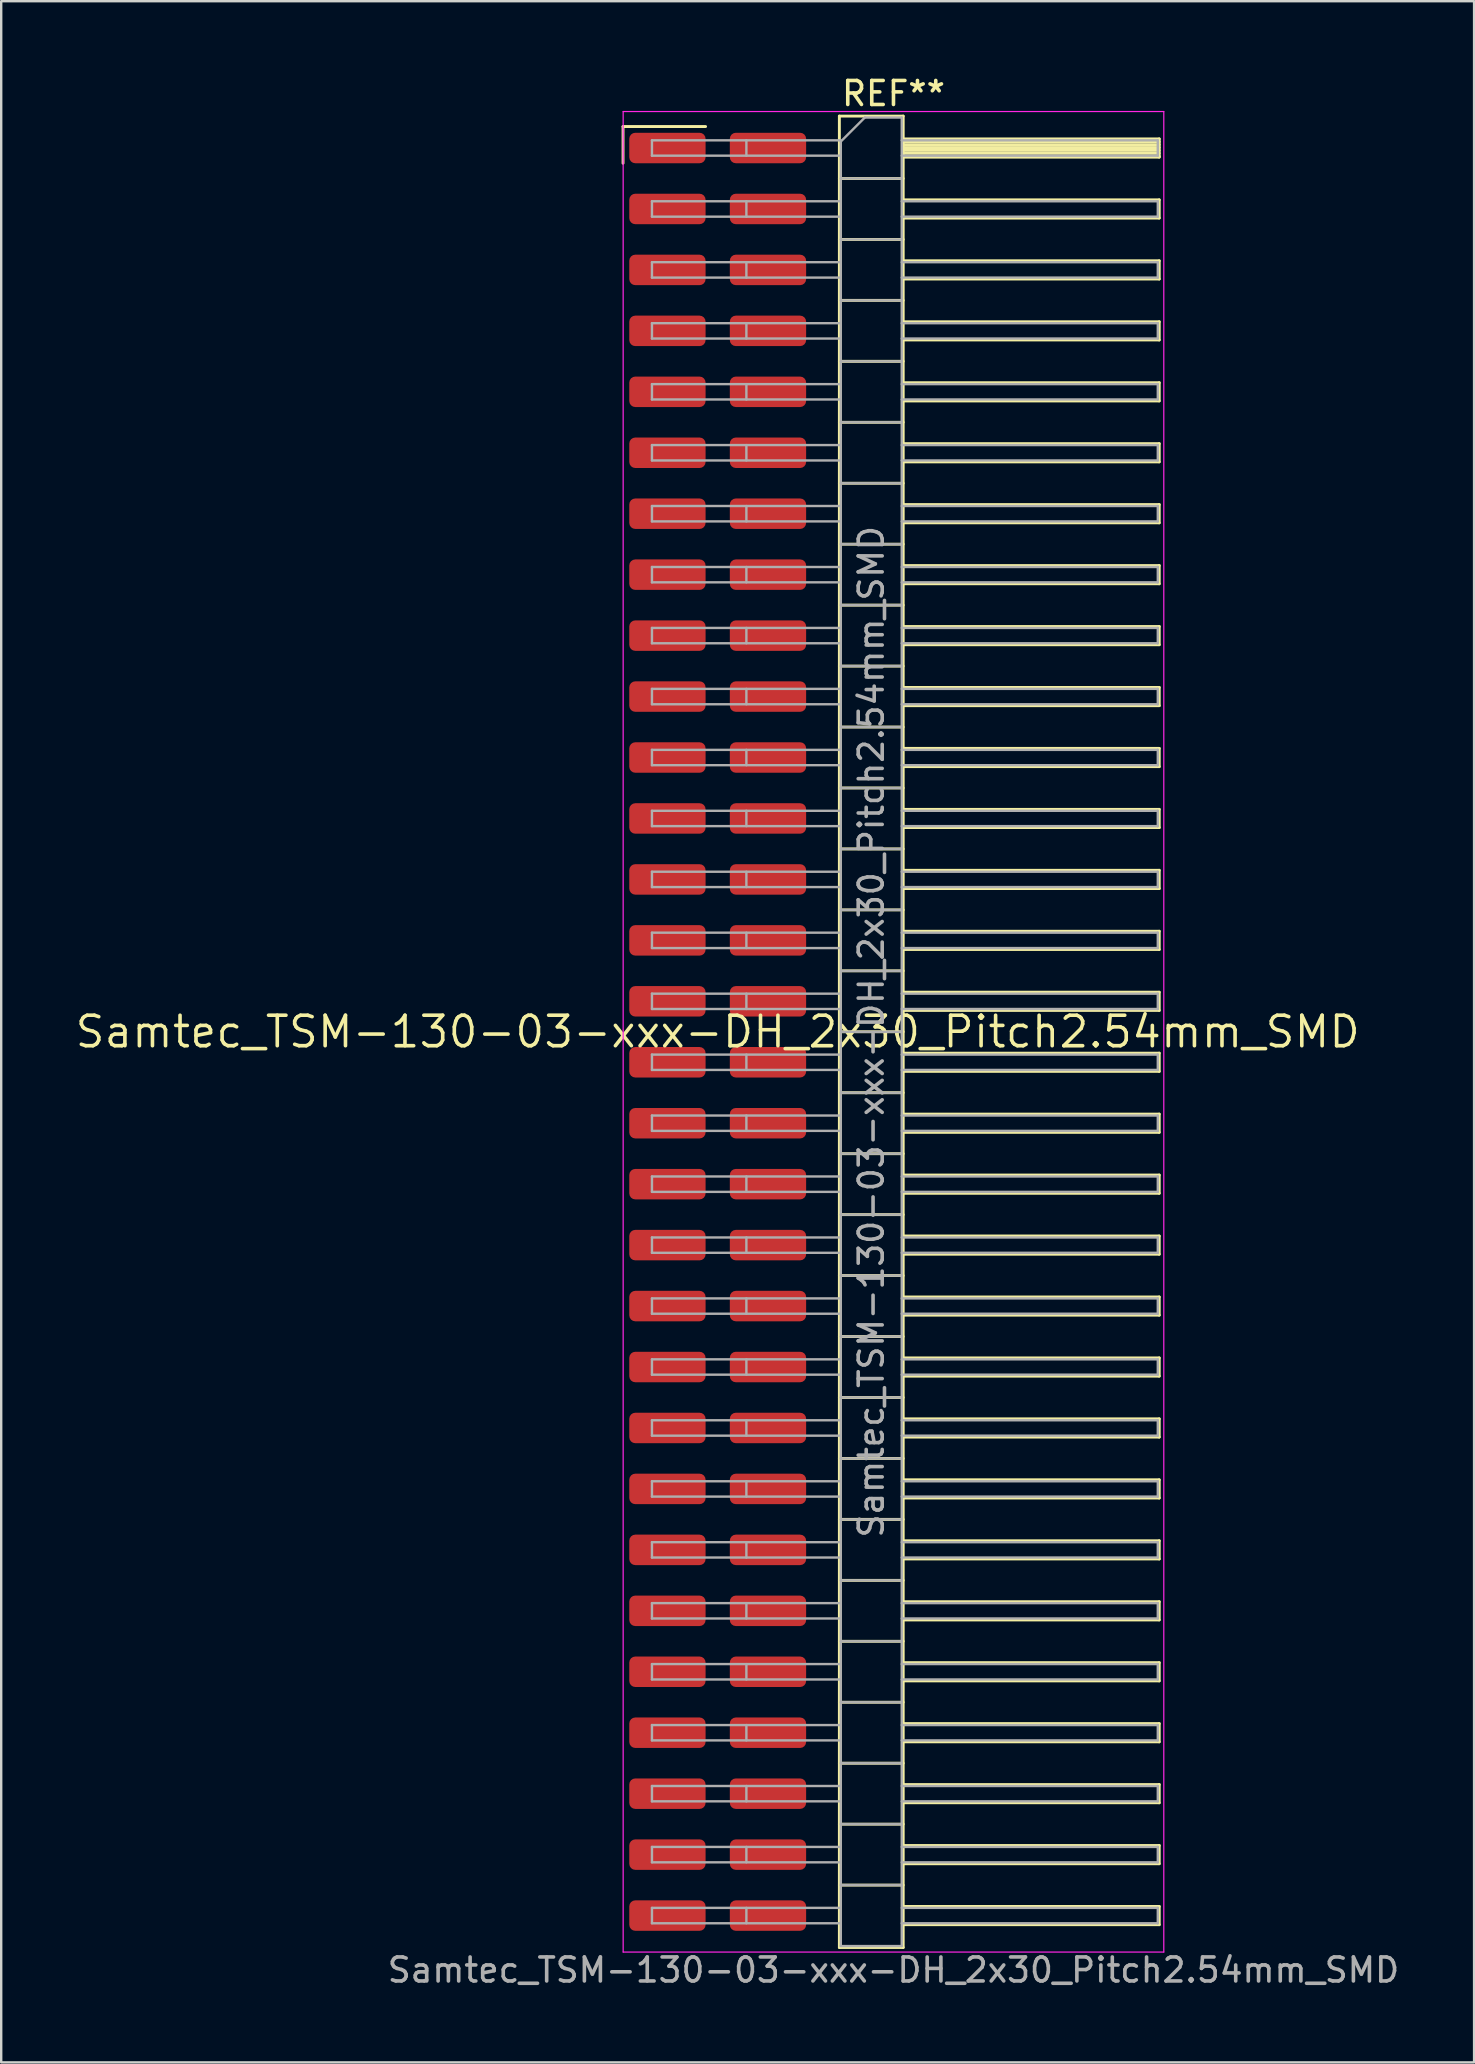
<source format=kicad_pcb>
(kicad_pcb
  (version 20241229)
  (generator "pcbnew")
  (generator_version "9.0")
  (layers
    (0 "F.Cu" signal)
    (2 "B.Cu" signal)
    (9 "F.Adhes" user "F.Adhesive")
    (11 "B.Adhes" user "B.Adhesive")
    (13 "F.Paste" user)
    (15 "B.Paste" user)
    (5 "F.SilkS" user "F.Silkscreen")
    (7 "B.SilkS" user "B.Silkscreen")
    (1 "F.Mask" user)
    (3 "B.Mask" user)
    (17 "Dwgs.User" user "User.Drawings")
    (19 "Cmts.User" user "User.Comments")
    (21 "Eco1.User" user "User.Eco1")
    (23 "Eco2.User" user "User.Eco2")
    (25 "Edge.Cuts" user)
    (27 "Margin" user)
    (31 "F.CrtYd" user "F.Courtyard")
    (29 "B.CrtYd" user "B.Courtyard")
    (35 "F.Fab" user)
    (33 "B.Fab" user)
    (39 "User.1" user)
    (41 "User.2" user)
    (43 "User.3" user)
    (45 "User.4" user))
  (footprint "Samtec_TSM-130-03-xxx-DH_2x30_Pitch2.54mm_SMD"
    (layer "F.Cu")
    (at 26.859 39.948)
    (property "Reference" "Samtec_TSM-130-03-xxx-DH_2x30_Pitch2.54mm_SMD" (at 0 0 0) (layer "F.SilkS") (effects (font (size 1.27 1.27) (thickness 0.15))))
    (attr smd)
    (fp_line (start -3.945 -37.725) (end -0.505 -37.725) (stroke (width 0.12) (type solid)) (layer "F.SilkS"))
    (fp_line (start -3.945 -36.195) (end -3.945 -37.725) (stroke (width 0.12) (type solid)) (layer "F.SilkS"))
    (fp_line (start 5.07 -38.16) (end 7.73 -38.16) (stroke (width 0.12) (type solid)) (layer "F.SilkS"))
    (fp_line (start 5.07 -35.56) (end 7.73 -35.56) (stroke (width 0.12) (type solid)) (layer "F.SilkS"))
    (fp_line (start 5.07 -33.02) (end 7.73 -33.02) (stroke (width 0.12) (type solid)) (layer "F.SilkS"))
    (fp_line (start 5.07 -30.48) (end 7.73 -30.48) (stroke (width 0.12) (type solid)) (layer "F.SilkS"))
    (fp_line (start 5.07 -27.94) (end 7.73 -27.94) (stroke (width 0.12) (type solid)) (layer "F.SilkS"))
    (fp_line (start 5.07 -25.4) (end 7.73 -25.4) (stroke (width 0.12) (type solid)) (layer "F.SilkS"))
    (fp_line (start 5.07 -22.86) (end 7.73 -22.86) (stroke (width 0.12) (type solid)) (layer "F.SilkS"))
    (fp_line (start 5.07 -20.32) (end 7.73 -20.32) (stroke (width 0.12) (type solid)) (layer "F.SilkS"))
    (fp_line (start 5.07 -17.78) (end 7.73 -17.78) (stroke (width 0.12) (type solid)) (layer "F.SilkS"))
    (fp_line (start 5.07 -15.24) (end 7.73 -15.24) (stroke (width 0.12) (type solid)) (layer "F.SilkS"))
    (fp_line (start 5.07 -12.7) (end 7.73 -12.7) (stroke (width 0.12) (type solid)) (layer "F.SilkS"))
    (fp_line (start 5.07 -10.16) (end 7.73 -10.16) (stroke (width 0.12) (type solid)) (layer "F.SilkS"))
    (fp_line (start 5.07 -7.62) (end 7.73 -7.62) (stroke (width 0.12) (type solid)) (layer "F.SilkS"))
    (fp_line (start 5.07 -5.08) (end 7.73 -5.08) (stroke (width 0.12) (type solid)) (layer "F.SilkS"))
    (fp_line (start 5.07 -2.54) (end 7.73 -2.54) (stroke (width 0.12) (type solid)) (layer "F.SilkS"))
    (fp_line (start 5.07 0) (end 7.73 0) (stroke (width 0.12) (type solid)) (layer "F.SilkS"))
    (fp_line (start 5.07 2.54) (end 7.73 2.54) (stroke (width 0.12) (type solid)) (layer "F.SilkS"))
    (fp_line (start 5.07 5.08) (end 7.73 5.08) (stroke (width 0.12) (type solid)) (layer "F.SilkS"))
    (fp_line (start 5.07 7.62) (end 7.73 7.62) (stroke (width 0.12) (type solid)) (layer "F.SilkS"))
    (fp_line (start 5.07 10.16) (end 7.73 10.16) (stroke (width 0.12) (type solid)) (layer "F.SilkS"))
    (fp_line (start 5.07 12.7) (end 7.73 12.7) (stroke (width 0.12) (type solid)) (layer "F.SilkS"))
    (fp_line (start 5.07 15.24) (end 7.73 15.24) (stroke (width 0.12) (type solid)) (layer "F.SilkS"))
    (fp_line (start 5.07 17.78) (end 7.73 17.78) (stroke (width 0.12) (type solid)) (layer "F.SilkS"))
    (fp_line (start 5.07 20.32) (end 7.73 20.32) (stroke (width 0.12) (type solid)) (layer "F.SilkS"))
    (fp_line (start 5.07 22.86) (end 7.73 22.86) (stroke (width 0.12) (type solid)) (layer "F.SilkS"))
    (fp_line (start 5.07 25.4) (end 7.73 25.4) (stroke (width 0.12) (type solid)) (layer "F.SilkS"))
    (fp_line (start 5.07 27.94) (end 7.73 27.94) (stroke (width 0.12) (type solid)) (layer "F.SilkS"))
    (fp_line (start 5.07 30.48) (end 7.73 30.48) (stroke (width 0.12) (type solid)) (layer "F.SilkS"))
    (fp_line (start 5.07 33.02) (end 7.73 33.02) (stroke (width 0.12) (type solid)) (layer "F.SilkS"))
    (fp_line (start 5.07 35.56) (end 7.73 35.56) (stroke (width 0.12) (type solid)) (layer "F.SilkS"))
    (fp_line (start 5.07 38.16) (end 5.07 -38.16) (stroke (width 0.12) (type solid)) (layer "F.SilkS"))
    (fp_line (start 7.73 -38.16) (end 7.73 38.16) (stroke (width 0.12) (type solid)) (layer "F.SilkS"))
    (fp_line (start 7.73 -37.21) (end 18.4 -37.21) (stroke (width 0.12) (type solid)) (layer "F.SilkS"))
    (fp_line (start 7.73 -37.09) (end 18.4 -37.09) (stroke (width 0.12) (type solid)) (layer "F.SilkS"))
    (fp_line (start 7.73 -36.97) (end 18.4 -36.97) (stroke (width 0.12) (type solid)) (layer "F.SilkS"))
    (fp_line (start 7.73 -36.85) (end 18.4 -36.85) (stroke (width 0.12) (type solid)) (layer "F.SilkS"))
    (fp_line (start 7.73 -36.73) (end 18.4 -36.73) (stroke (width 0.12) (type solid)) (layer "F.SilkS"))
    (fp_line (start 7.73 -36.61) (end 18.4 -36.61) (stroke (width 0.12) (type solid)) (layer "F.SilkS"))
    (fp_line (start 7.73 -36.49) (end 18.4 -36.49) (stroke (width 0.12) (type solid)) (layer "F.SilkS"))
    (fp_line (start 7.73 -36.45) (end 18.4 -36.45) (stroke (width 0.12) (type solid)) (layer "F.SilkS"))
    (fp_line (start 7.73 -34.67) (end 18.4 -34.67) (stroke (width 0.12) (type solid)) (layer "F.SilkS"))
    (fp_line (start 7.73 -33.91) (end 18.4 -33.91) (stroke (width 0.12) (type solid)) (layer "F.SilkS"))
    (fp_line (start 7.73 -32.13) (end 18.4 -32.13) (stroke (width 0.12) (type solid)) (layer "F.SilkS"))
    (fp_line (start 7.73 -31.37) (end 18.4 -31.37) (stroke (width 0.12) (type solid)) (layer "F.SilkS"))
    (fp_line (start 7.73 -29.59) (end 18.4 -29.59) (stroke (width 0.12) (type solid)) (layer "F.SilkS"))
    (fp_line (start 7.73 -28.83) (end 18.4 -28.83) (stroke (width 0.12) (type solid)) (layer "F.SilkS"))
    (fp_line (start 7.73 -27.05) (end 18.4 -27.05) (stroke (width 0.12) (type solid)) (layer "F.SilkS"))
    (fp_line (start 7.73 -26.29) (end 18.4 -26.29) (stroke (width 0.12) (type solid)) (layer "F.SilkS"))
    (fp_line (start 7.73 -24.51) (end 18.4 -24.51) (stroke (width 0.12) (type solid)) (layer "F.SilkS"))
    (fp_line (start 7.73 -23.75) (end 18.4 -23.75) (stroke (width 0.12) (type solid)) (layer "F.SilkS"))
    (fp_line (start 7.73 -21.97) (end 18.4 -21.97) (stroke (width 0.12) (type solid)) (layer "F.SilkS"))
    (fp_line (start 7.73 -21.21) (end 18.4 -21.21) (stroke (width 0.12) (type solid)) (layer "F.SilkS"))
    (fp_line (start 7.73 -19.43) (end 18.4 -19.43) (stroke (width 0.12) (type solid)) (layer "F.SilkS"))
    (fp_line (start 7.73 -18.67) (end 18.4 -18.67) (stroke (width 0.12) (type solid)) (layer "F.SilkS"))
    (fp_line (start 7.73 -16.89) (end 18.4 -16.89) (stroke (width 0.12) (type solid)) (layer "F.SilkS"))
    (fp_line (start 7.73 -16.13) (end 18.4 -16.13) (stroke (width 0.12) (type solid)) (layer "F.SilkS"))
    (fp_line (start 7.73 -14.35) (end 18.4 -14.35) (stroke (width 0.12) (type solid)) (layer "F.SilkS"))
    (fp_line (start 7.73 -13.59) (end 18.4 -13.59) (stroke (width 0.12) (type solid)) (layer "F.SilkS"))
    (fp_line (start 7.73 -11.81) (end 18.4 -11.81) (stroke (width 0.12) (type solid)) (layer "F.SilkS"))
    (fp_line (start 7.73 -11.05) (end 18.4 -11.05) (stroke (width 0.12) (type solid)) (layer "F.SilkS"))
    (fp_line (start 7.73 -9.27) (end 18.4 -9.27) (stroke (width 0.12) (type solid)) (layer "F.SilkS"))
    (fp_line (start 7.73 -8.51) (end 18.4 -8.51) (stroke (width 0.12) (type solid)) (layer "F.SilkS"))
    (fp_line (start 7.73 -6.73) (end 18.4 -6.73) (stroke (width 0.12) (type solid)) (layer "F.SilkS"))
    (fp_line (start 7.73 -5.97) (end 18.4 -5.97) (stroke (width 0.12) (type solid)) (layer "F.SilkS"))
    (fp_line (start 7.73 -4.19) (end 18.4 -4.19) (stroke (width 0.12) (type solid)) (layer "F.SilkS"))
    (fp_line (start 7.73 -3.43) (end 18.4 -3.43) (stroke (width 0.12) (type solid)) (layer "F.SilkS"))
    (fp_line (start 7.73 -1.65) (end 18.4 -1.65) (stroke (width 0.12) (type solid)) (layer "F.SilkS"))
    (fp_line (start 7.73 -0.89) (end 18.4 -0.89) (stroke (width 0.12) (type solid)) (layer "F.SilkS"))
    (fp_line (start 7.73 0.89) (end 18.4 0.89) (stroke (width 0.12) (type solid)) (layer "F.SilkS"))
    (fp_line (start 7.73 1.65) (end 18.4 1.65) (stroke (width 0.12) (type solid)) (layer "F.SilkS"))
    (fp_line (start 7.73 3.43) (end 18.4 3.43) (stroke (width 0.12) (type solid)) (layer "F.SilkS"))
    (fp_line (start 7.73 4.19) (end 18.4 4.19) (stroke (width 0.12) (type solid)) (layer "F.SilkS"))
    (fp_line (start 7.73 5.97) (end 18.4 5.97) (stroke (width 0.12) (type solid)) (layer "F.SilkS"))
    (fp_line (start 7.73 6.73) (end 18.4 6.73) (stroke (width 0.12) (type solid)) (layer "F.SilkS"))
    (fp_line (start 7.73 8.51) (end 18.4 8.51) (stroke (width 0.12) (type solid)) (layer "F.SilkS"))
    (fp_line (start 7.73 9.27) (end 18.4 9.27) (stroke (width 0.12) (type solid)) (layer "F.SilkS"))
    (fp_line (start 7.73 11.05) (end 18.4 11.05) (stroke (width 0.12) (type solid)) (layer "F.SilkS"))
    (fp_line (start 7.73 11.81) (end 18.4 11.81) (stroke (width 0.12) (type solid)) (layer "F.SilkS"))
    (fp_line (start 7.73 13.59) (end 18.4 13.59) (stroke (width 0.12) (type solid)) (layer "F.SilkS"))
    (fp_line (start 7.73 14.35) (end 18.4 14.35) (stroke (width 0.12) (type solid)) (layer "F.SilkS"))
    (fp_line (start 7.73 16.13) (end 18.4 16.13) (stroke (width 0.12) (type solid)) (layer "F.SilkS"))
    (fp_line (start 7.73 16.89) (end 18.4 16.89) (stroke (width 0.12) (type solid)) (layer "F.SilkS"))
    (fp_line (start 7.73 18.67) (end 18.4 18.67) (stroke (width 0.12) (type solid)) (layer "F.SilkS"))
    (fp_line (start 7.73 19.43) (end 18.4 19.43) (stroke (width 0.12) (type solid)) (layer "F.SilkS"))
    (fp_line (start 7.73 21.21) (end 18.4 21.21) (stroke (width 0.12) (type solid)) (layer "F.SilkS"))
    (fp_line (start 7.73 21.97) (end 18.4 21.97) (stroke (width 0.12) (type solid)) (layer "F.SilkS"))
    (fp_line (start 7.73 23.75) (end 18.4 23.75) (stroke (width 0.12) (type solid)) (layer "F.SilkS"))
    (fp_line (start 7.73 24.51) (end 18.4 24.51) (stroke (width 0.12) (type solid)) (layer "F.SilkS"))
    (fp_line (start 7.73 26.29) (end 18.4 26.29) (stroke (width 0.12) (type solid)) (layer "F.SilkS"))
    (fp_line (start 7.73 27.05) (end 18.4 27.05) (stroke (width 0.12) (type solid)) (layer "F.SilkS"))
    (fp_line (start 7.73 28.83) (end 18.4 28.83) (stroke (width 0.12) (type solid)) (layer "F.SilkS"))
    (fp_line (start 7.73 29.59) (end 18.4 29.59) (stroke (width 0.12) (type solid)) (layer "F.SilkS"))
    (fp_line (start 7.73 31.37) (end 18.4 31.37) (stroke (width 0.12) (type solid)) (layer "F.SilkS"))
    (fp_line (start 7.73 32.13) (end 18.4 32.13) (stroke (width 0.12) (type solid)) (layer "F.SilkS"))
    (fp_line (start 7.73 33.91) (end 18.4 33.91) (stroke (width 0.12) (type solid)) (layer "F.SilkS"))
    (fp_line (start 7.73 34.67) (end 18.4 34.67) (stroke (width 0.12) (type solid)) (layer "F.SilkS"))
    (fp_line (start 7.73 36.45) (end 18.4 36.45) (stroke (width 0.12) (type solid)) (layer "F.SilkS"))
    (fp_line (start 7.73 37.21) (end 18.4 37.21) (stroke (width 0.12) (type solid)) (layer "F.SilkS"))
    (fp_line (start 7.73 38.16) (end 5.07 38.16) (stroke (width 0.12) (type solid)) (layer "F.SilkS"))
    (fp_line (start 18.4 -37.21) (end 18.4 -36.45) (stroke (width 0.12) (type solid)) (layer "F.SilkS"))
    (fp_line (start 18.4 -34.67) (end 18.4 -33.91) (stroke (width 0.12) (type solid)) (layer "F.SilkS"))
    (fp_line (start 18.4 -32.13) (end 18.4 -31.37) (stroke (width 0.12) (type solid)) (layer "F.SilkS"))
    (fp_line (start 18.4 -29.59) (end 18.4 -28.83) (stroke (width 0.12) (type solid)) (layer "F.SilkS"))
    (fp_line (start 18.4 -27.05) (end 18.4 -26.29) (stroke (width 0.12) (type solid)) (layer "F.SilkS"))
    (fp_line (start 18.4 -24.51) (end 18.4 -23.75) (stroke (width 0.12) (type solid)) (layer "F.SilkS"))
    (fp_line (start 18.4 -21.97) (end 18.4 -21.21) (stroke (width 0.12) (type solid)) (layer "F.SilkS"))
    (fp_line (start 18.4 -19.43) (end 18.4 -18.67) (stroke (width 0.12) (type solid)) (layer "F.SilkS"))
    (fp_line (start 18.4 -16.89) (end 18.4 -16.13) (stroke (width 0.12) (type solid)) (layer "F.SilkS"))
    (fp_line (start 18.4 -14.35) (end 18.4 -13.59) (stroke (width 0.12) (type solid)) (layer "F.SilkS"))
    (fp_line (start 18.4 -11.81) (end 18.4 -11.05) (stroke (width 0.12) (type solid)) (layer "F.SilkS"))
    (fp_line (start 18.4 -9.27) (end 18.4 -8.51) (stroke (width 0.12) (type solid)) (layer "F.SilkS"))
    (fp_line (start 18.4 -6.73) (end 18.4 -5.97) (stroke (width 0.12) (type solid)) (layer "F.SilkS"))
    (fp_line (start 18.4 -4.19) (end 18.4 -3.43) (stroke (width 0.12) (type solid)) (layer "F.SilkS"))
    (fp_line (start 18.4 -1.65) (end 18.4 -0.89) (stroke (width 0.12) (type solid)) (layer "F.SilkS"))
    (fp_line (start 18.4 0.89) (end 18.4 1.65) (stroke (width 0.12) (type solid)) (layer "F.SilkS"))
    (fp_line (start 18.4 3.43) (end 18.4 4.19) (stroke (width 0.12) (type solid)) (layer "F.SilkS"))
    (fp_line (start 18.4 5.97) (end 18.4 6.73) (stroke (width 0.12) (type solid)) (layer "F.SilkS"))
    (fp_line (start 18.4 8.51) (end 18.4 9.27) (stroke (width 0.12) (type solid)) (layer "F.SilkS"))
    (fp_line (start 18.4 11.05) (end 18.4 11.81) (stroke (width 0.12) (type solid)) (layer "F.SilkS"))
    (fp_line (start 18.4 13.59) (end 18.4 14.35) (stroke (width 0.12) (type solid)) (layer "F.SilkS"))
    (fp_line (start 18.4 16.13) (end 18.4 16.89) (stroke (width 0.12) (type solid)) (layer "F.SilkS"))
    (fp_line (start 18.4 18.67) (end 18.4 19.43) (stroke (width 0.12) (type solid)) (layer "F.SilkS"))
    (fp_line (start 18.4 21.21) (end 18.4 21.97) (stroke (width 0.12) (type solid)) (layer "F.SilkS"))
    (fp_line (start 18.4 23.75) (end 18.4 24.51) (stroke (width 0.12) (type solid)) (layer "F.SilkS"))
    (fp_line (start 18.4 26.29) (end 18.4 27.05) (stroke (width 0.12) (type solid)) (layer "F.SilkS"))
    (fp_line (start 18.4 28.83) (end 18.4 29.59) (stroke (width 0.12) (type solid)) (layer "F.SilkS"))
    (fp_line (start 18.4 31.37) (end 18.4 32.13) (stroke (width 0.12) (type solid)) (layer "F.SilkS"))
    (fp_line (start 18.4 33.91) (end 18.4 34.67) (stroke (width 0.12) (type solid)) (layer "F.SilkS"))
    (fp_line (start 18.4 36.45) (end 18.4 37.21) (stroke (width 0.12) (type solid)) (layer "F.SilkS"))
    (fp_line (start -3.94 -38.35) (end 18.59 -38.35) (stroke (width 0.05) (type solid)) (layer "F.CrtYd"))
    (fp_line (start -3.94 38.35) (end -3.94 -38.35) (stroke (width 0.05) (type solid)) (layer "F.CrtYd"))
    (fp_line (start 18.59 -38.35) (end 18.59 38.35) (stroke (width 0.05) (type solid)) (layer "F.CrtYd"))
    (fp_line (start 18.59 38.35) (end -3.94 38.35) (stroke (width 0.05) (type solid)) (layer "F.CrtYd"))
    (fp_line (start -2.74 -37.15) (end -2.74 -36.51) (stroke (width 0.1) (type solid)) (layer "F.Fab"))
    (fp_line (start -2.74 -37.15) (end 5.13 -37.15) (stroke (width 0.1) (type solid)) (layer "F.Fab"))
    (fp_line (start -2.74 -36.51) (end 5.13 -36.51) (stroke (width 0.1) (type solid)) (layer "F.Fab"))
    (fp_line (start -2.74 -34.61) (end -2.74 -33.97) (stroke (width 0.1) (type solid)) (layer "F.Fab"))
    (fp_line (start -2.74 -34.61) (end 5.13 -34.61) (stroke (width 0.1) (type solid)) (layer "F.Fab"))
    (fp_line (start -2.74 -33.97) (end 5.13 -33.97) (stroke (width 0.1) (type solid)) (layer "F.Fab"))
    (fp_line (start -2.74 -32.07) (end -2.74 -31.43) (stroke (width 0.1) (type solid)) (layer "F.Fab"))
    (fp_line (start -2.74 -32.07) (end 5.13 -32.07) (stroke (width 0.1) (type solid)) (layer "F.Fab"))
    (fp_line (start -2.74 -31.43) (end 5.13 -31.43) (stroke (width 0.1) (type solid)) (layer "F.Fab"))
    (fp_line (start -2.74 -29.53) (end -2.74 -28.89) (stroke (width 0.1) (type solid)) (layer "F.Fab"))
    (fp_line (start -2.74 -29.53) (end 5.13 -29.53) (stroke (width 0.1) (type solid)) (layer "F.Fab"))
    (fp_line (start -2.74 -28.89) (end 5.13 -28.89) (stroke (width 0.1) (type solid)) (layer "F.Fab"))
    (fp_line (start -2.74 -26.99) (end -2.74 -26.35) (stroke (width 0.1) (type solid)) (layer "F.Fab"))
    (fp_line (start -2.74 -26.99) (end 5.13 -26.99) (stroke (width 0.1) (type solid)) (layer "F.Fab"))
    (fp_line (start -2.74 -26.35) (end 5.13 -26.35) (stroke (width 0.1) (type solid)) (layer "F.Fab"))
    (fp_line (start -2.74 -24.45) (end -2.74 -23.81) (stroke (width 0.1) (type solid)) (layer "F.Fab"))
    (fp_line (start -2.74 -24.45) (end 5.13 -24.45) (stroke (width 0.1) (type solid)) (layer "F.Fab"))
    (fp_line (start -2.74 -23.81) (end 5.13 -23.81) (stroke (width 0.1) (type solid)) (layer "F.Fab"))
    (fp_line (start -2.74 -21.91) (end -2.74 -21.27) (stroke (width 0.1) (type solid)) (layer "F.Fab"))
    (fp_line (start -2.74 -21.91) (end 5.13 -21.91) (stroke (width 0.1) (type solid)) (layer "F.Fab"))
    (fp_line (start -2.74 -21.27) (end 5.13 -21.27) (stroke (width 0.1) (type solid)) (layer "F.Fab"))
    (fp_line (start -2.74 -19.37) (end -2.74 -18.73) (stroke (width 0.1) (type solid)) (layer "F.Fab"))
    (fp_line (start -2.74 -19.37) (end 5.13 -19.37) (stroke (width 0.1) (type solid)) (layer "F.Fab"))
    (fp_line (start -2.74 -18.73) (end 5.13 -18.73) (stroke (width 0.1) (type solid)) (layer "F.Fab"))
    (fp_line (start -2.74 -16.83) (end -2.74 -16.19) (stroke (width 0.1) (type solid)) (layer "F.Fab"))
    (fp_line (start -2.74 -16.83) (end 5.13 -16.83) (stroke (width 0.1) (type solid)) (layer "F.Fab"))
    (fp_line (start -2.74 -16.19) (end 5.13 -16.19) (stroke (width 0.1) (type solid)) (layer "F.Fab"))
    (fp_line (start -2.74 -14.29) (end -2.74 -13.65) (stroke (width 0.1) (type solid)) (layer "F.Fab"))
    (fp_line (start -2.74 -14.29) (end 5.13 -14.29) (stroke (width 0.1) (type solid)) (layer "F.Fab"))
    (fp_line (start -2.74 -13.65) (end 5.13 -13.65) (stroke (width 0.1) (type solid)) (layer "F.Fab"))
    (fp_line (start -2.74 -11.75) (end -2.74 -11.11) (stroke (width 0.1) (type solid)) (layer "F.Fab"))
    (fp_line (start -2.74 -11.75) (end 5.13 -11.75) (stroke (width 0.1) (type solid)) (layer "F.Fab"))
    (fp_line (start -2.74 -11.11) (end 5.13 -11.11) (stroke (width 0.1) (type solid)) (layer "F.Fab"))
    (fp_line (start -2.74 -9.21) (end -2.74 -8.57) (stroke (width 0.1) (type solid)) (layer "F.Fab"))
    (fp_line (start -2.74 -9.21) (end 5.13 -9.21) (stroke (width 0.1) (type solid)) (layer "F.Fab"))
    (fp_line (start -2.74 -8.57) (end 5.13 -8.57) (stroke (width 0.1) (type solid)) (layer "F.Fab"))
    (fp_line (start -2.74 -6.67) (end -2.74 -6.03) (stroke (width 0.1) (type solid)) (layer "F.Fab"))
    (fp_line (start -2.74 -6.67) (end 5.13 -6.67) (stroke (width 0.1) (type solid)) (layer "F.Fab"))
    (fp_line (start -2.74 -6.03) (end 5.13 -6.03) (stroke (width 0.1) (type solid)) (layer "F.Fab"))
    (fp_line (start -2.74 -4.13) (end -2.74 -3.49) (stroke (width 0.1) (type solid)) (layer "F.Fab"))
    (fp_line (start -2.74 -4.13) (end 5.13 -4.13) (stroke (width 0.1) (type solid)) (layer "F.Fab"))
    (fp_line (start -2.74 -3.49) (end 5.13 -3.49) (stroke (width 0.1) (type solid)) (layer "F.Fab"))
    (fp_line (start -2.74 -1.59) (end -2.74 -0.95) (stroke (width 0.1) (type solid)) (layer "F.Fab"))
    (fp_line (start -2.74 -1.59) (end 5.13 -1.59) (stroke (width 0.1) (type solid)) (layer "F.Fab"))
    (fp_line (start -2.74 -0.95) (end 5.13 -0.95) (stroke (width 0.1) (type solid)) (layer "F.Fab"))
    (fp_line (start -2.74 0.95) (end -2.74 1.59) (stroke (width 0.1) (type solid)) (layer "F.Fab"))
    (fp_line (start -2.74 0.95) (end 5.13 0.95) (stroke (width 0.1) (type solid)) (layer "F.Fab"))
    (fp_line (start -2.74 1.59) (end 5.13 1.59) (stroke (width 0.1) (type solid)) (layer "F.Fab"))
    (fp_line (start -2.74 3.49) (end -2.74 4.13) (stroke (width 0.1) (type solid)) (layer "F.Fab"))
    (fp_line (start -2.74 3.49) (end 5.13 3.49) (stroke (width 0.1) (type solid)) (layer "F.Fab"))
    (fp_line (start -2.74 4.13) (end 5.13 4.13) (stroke (width 0.1) (type solid)) (layer "F.Fab"))
    (fp_line (start -2.74 6.03) (end -2.74 6.67) (stroke (width 0.1) (type solid)) (layer "F.Fab"))
    (fp_line (start -2.74 6.03) (end 5.13 6.03) (stroke (width 0.1) (type solid)) (layer "F.Fab"))
    (fp_line (start -2.74 6.67) (end 5.13 6.67) (stroke (width 0.1) (type solid)) (layer "F.Fab"))
    (fp_line (start -2.74 8.57) (end -2.74 9.21) (stroke (width 0.1) (type solid)) (layer "F.Fab"))
    (fp_line (start -2.74 8.57) (end 5.13 8.57) (stroke (width 0.1) (type solid)) (layer "F.Fab"))
    (fp_line (start -2.74 9.21) (end 5.13 9.21) (stroke (width 0.1) (type solid)) (layer "F.Fab"))
    (fp_line (start -2.74 11.11) (end -2.74 11.75) (stroke (width 0.1) (type solid)) (layer "F.Fab"))
    (fp_line (start -2.74 11.11) (end 5.13 11.11) (stroke (width 0.1) (type solid)) (layer "F.Fab"))
    (fp_line (start -2.74 11.75) (end 5.13 11.75) (stroke (width 0.1) (type solid)) (layer "F.Fab"))
    (fp_line (start -2.74 13.65) (end -2.74 14.29) (stroke (width 0.1) (type solid)) (layer "F.Fab"))
    (fp_line (start -2.74 13.65) (end 5.13 13.65) (stroke (width 0.1) (type solid)) (layer "F.Fab"))
    (fp_line (start -2.74 14.29) (end 5.13 14.29) (stroke (width 0.1) (type solid)) (layer "F.Fab"))
    (fp_line (start -2.74 16.19) (end -2.74 16.83) (stroke (width 0.1) (type solid)) (layer "F.Fab"))
    (fp_line (start -2.74 16.19) (end 5.13 16.19) (stroke (width 0.1) (type solid)) (layer "F.Fab"))
    (fp_line (start -2.74 16.83) (end 5.13 16.83) (stroke (width 0.1) (type solid)) (layer "F.Fab"))
    (fp_line (start -2.74 18.73) (end -2.74 19.37) (stroke (width 0.1) (type solid)) (layer "F.Fab"))
    (fp_line (start -2.74 18.73) (end 5.13 18.73) (stroke (width 0.1) (type solid)) (layer "F.Fab"))
    (fp_line (start -2.74 19.37) (end 5.13 19.37) (stroke (width 0.1) (type solid)) (layer "F.Fab"))
    (fp_line (start -2.74 21.27) (end -2.74 21.91) (stroke (width 0.1) (type solid)) (layer "F.Fab"))
    (fp_line (start -2.74 21.27) (end 5.13 21.27) (stroke (width 0.1) (type solid)) (layer "F.Fab"))
    (fp_line (start -2.74 21.91) (end 5.13 21.91) (stroke (width 0.1) (type solid)) (layer "F.Fab"))
    (fp_line (start -2.74 23.81) (end -2.74 24.45) (stroke (width 0.1) (type solid)) (layer "F.Fab"))
    (fp_line (start -2.74 23.81) (end 5.13 23.81) (stroke (width 0.1) (type solid)) (layer "F.Fab"))
    (fp_line (start -2.74 24.45) (end 5.13 24.45) (stroke (width 0.1) (type solid)) (layer "F.Fab"))
    (fp_line (start -2.74 26.35) (end -2.74 26.99) (stroke (width 0.1) (type solid)) (layer "F.Fab"))
    (fp_line (start -2.74 26.35) (end 5.13 26.35) (stroke (width 0.1) (type solid)) (layer "F.Fab"))
    (fp_line (start -2.74 26.99) (end 5.13 26.99) (stroke (width 0.1) (type solid)) (layer "F.Fab"))
    (fp_line (start -2.74 28.89) (end -2.74 29.53) (stroke (width 0.1) (type solid)) (layer "F.Fab"))
    (fp_line (start -2.74 28.89) (end 5.13 28.89) (stroke (width 0.1) (type solid)) (layer "F.Fab"))
    (fp_line (start -2.74 29.53) (end 5.13 29.53) (stroke (width 0.1) (type solid)) (layer "F.Fab"))
    (fp_line (start -2.74 31.43) (end -2.74 32.07) (stroke (width 0.1) (type solid)) (layer "F.Fab"))
    (fp_line (start -2.74 31.43) (end 5.13 31.43) (stroke (width 0.1) (type solid)) (layer "F.Fab"))
    (fp_line (start -2.74 32.07) (end 5.13 32.07) (stroke (width 0.1) (type solid)) (layer "F.Fab"))
    (fp_line (start -2.74 33.97) (end -2.74 34.61) (stroke (width 0.1) (type solid)) (layer "F.Fab"))
    (fp_line (start -2.74 33.97) (end 5.13 33.97) (stroke (width 0.1) (type solid)) (layer "F.Fab"))
    (fp_line (start -2.74 34.61) (end 5.13 34.61) (stroke (width 0.1) (type solid)) (layer "F.Fab"))
    (fp_line (start -2.74 36.51) (end -2.74 37.15) (stroke (width 0.1) (type solid)) (layer "F.Fab"))
    (fp_line (start -2.74 36.51) (end 5.13 36.51) (stroke (width 0.1) (type solid)) (layer "F.Fab"))
    (fp_line (start -2.74 37.15) (end 5.13 37.15) (stroke (width 0.1) (type solid)) (layer "F.Fab"))
    (fp_line (start 1.195 -37.15) (end 1.195 -36.51) (stroke (width 0.1) (type solid)) (layer "F.Fab"))
    (fp_line (start 1.195 -34.61) (end 1.195 -33.97) (stroke (width 0.1) (type solid)) (layer "F.Fab"))
    (fp_line (start 1.195 -32.07) (end 1.195 -31.43) (stroke (width 0.1) (type solid)) (layer "F.Fab"))
    (fp_line (start 1.195 -29.53) (end 1.195 -28.89) (stroke (width 0.1) (type solid)) (layer "F.Fab"))
    (fp_line (start 1.195 -26.99) (end 1.195 -26.35) (stroke (width 0.1) (type solid)) (layer "F.Fab"))
    (fp_line (start 1.195 -24.45) (end 1.195 -23.81) (stroke (width 0.1) (type solid)) (layer "F.Fab"))
    (fp_line (start 1.195 -21.91) (end 1.195 -21.27) (stroke (width 0.1) (type solid)) (layer "F.Fab"))
    (fp_line (start 1.195 -19.37) (end 1.195 -18.73) (stroke (width 0.1) (type solid)) (layer "F.Fab"))
    (fp_line (start 1.195 -16.83) (end 1.195 -16.19) (stroke (width 0.1) (type solid)) (layer "F.Fab"))
    (fp_line (start 1.195 -14.29) (end 1.195 -13.65) (stroke (width 0.1) (type solid)) (layer "F.Fab"))
    (fp_line (start 1.195 -11.75) (end 1.195 -11.11) (stroke (width 0.1) (type solid)) (layer "F.Fab"))
    (fp_line (start 1.195 -9.21) (end 1.195 -8.57) (stroke (width 0.1) (type solid)) (layer "F.Fab"))
    (fp_line (start 1.195 -6.67) (end 1.195 -6.03) (stroke (width 0.1) (type solid)) (layer "F.Fab"))
    (fp_line (start 1.195 -4.13) (end 1.195 -3.49) (stroke (width 0.1) (type solid)) (layer "F.Fab"))
    (fp_line (start 1.195 -1.59) (end 1.195 -0.95) (stroke (width 0.1) (type solid)) (layer "F.Fab"))
    (fp_line (start 1.195 0.95) (end 1.195 1.59) (stroke (width 0.1) (type solid)) (layer "F.Fab"))
    (fp_line (start 1.195 3.49) (end 1.195 4.13) (stroke (width 0.1) (type solid)) (layer "F.Fab"))
    (fp_line (start 1.195 6.03) (end 1.195 6.67) (stroke (width 0.1) (type solid)) (layer "F.Fab"))
    (fp_line (start 1.195 8.57) (end 1.195 9.21) (stroke (width 0.1) (type solid)) (layer "F.Fab"))
    (fp_line (start 1.195 11.11) (end 1.195 11.75) (stroke (width 0.1) (type solid)) (layer "F.Fab"))
    (fp_line (start 1.195 13.65) (end 1.195 14.29) (stroke (width 0.1) (type solid)) (layer "F.Fab"))
    (fp_line (start 1.195 16.19) (end 1.195 16.83) (stroke (width 0.1) (type solid)) (layer "F.Fab"))
    (fp_line (start 1.195 18.73) (end 1.195 19.37) (stroke (width 0.1) (type solid)) (layer "F.Fab"))
    (fp_line (start 1.195 21.27) (end 1.195 21.91) (stroke (width 0.1) (type solid)) (layer "F.Fab"))
    (fp_line (start 1.195 23.81) (end 1.195 24.45) (stroke (width 0.1) (type solid)) (layer "F.Fab"))
    (fp_line (start 1.195 26.35) (end 1.195 26.99) (stroke (width 0.1) (type solid)) (layer "F.Fab"))
    (fp_line (start 1.195 28.89) (end 1.195 29.53) (stroke (width 0.1) (type solid)) (layer "F.Fab"))
    (fp_line (start 1.195 31.43) (end 1.195 32.07) (stroke (width 0.1) (type solid)) (layer "F.Fab"))
    (fp_line (start 1.195 33.97) (end 1.195 34.61) (stroke (width 0.1) (type solid)) (layer "F.Fab"))
    (fp_line (start 1.195 36.51) (end 1.195 37.15) (stroke (width 0.1) (type solid)) (layer "F.Fab"))
    (fp_line (start 5.13 -37.1) (end 6.13 -38.1) (stroke (width 0.1) (type solid)) (layer "F.Fab"))
    (fp_line (start 5.13 -35.56) (end 7.67 -35.56) (stroke (width 0.1) (type solid)) (layer "F.Fab"))
    (fp_line (start 5.13 -33.02) (end 7.67 -33.02) (stroke (width 0.1) (type solid)) (layer "F.Fab"))
    (fp_line (start 5.13 -30.48) (end 7.67 -30.48) (stroke (width 0.1) (type solid)) (layer "F.Fab"))
    (fp_line (start 5.13 -27.94) (end 7.67 -27.94) (stroke (width 0.1) (type solid)) (layer "F.Fab"))
    (fp_line (start 5.13 -25.4) (end 7.67 -25.4) (stroke (width 0.1) (type solid)) (layer "F.Fab"))
    (fp_line (start 5.13 -22.86) (end 7.67 -22.86) (stroke (width 0.1) (type solid)) (layer "F.Fab"))
    (fp_line (start 5.13 -20.32) (end 7.67 -20.32) (stroke (width 0.1) (type solid)) (layer "F.Fab"))
    (fp_line (start 5.13 -17.78) (end 7.67 -17.78) (stroke (width 0.1) (type solid)) (layer "F.Fab"))
    (fp_line (start 5.13 -15.24) (end 7.67 -15.24) (stroke (width 0.1) (type solid)) (layer "F.Fab"))
    (fp_line (start 5.13 -12.7) (end 7.67 -12.7) (stroke (width 0.1) (type solid)) (layer "F.Fab"))
    (fp_line (start 5.13 -10.16) (end 7.67 -10.16) (stroke (width 0.1) (type solid)) (layer "F.Fab"))
    (fp_line (start 5.13 -7.62) (end 7.67 -7.62) (stroke (width 0.1) (type solid)) (layer "F.Fab"))
    (fp_line (start 5.13 -5.08) (end 7.67 -5.08) (stroke (width 0.1) (type solid)) (layer "F.Fab"))
    (fp_line (start 5.13 -2.54) (end 7.67 -2.54) (stroke (width 0.1) (type solid)) (layer "F.Fab"))
    (fp_line (start 5.13 0) (end 7.67 0) (stroke (width 0.1) (type solid)) (layer "F.Fab"))
    (fp_line (start 5.13 2.54) (end 7.67 2.54) (stroke (width 0.1) (type solid)) (layer "F.Fab"))
    (fp_line (start 5.13 5.08) (end 7.67 5.08) (stroke (width 0.1) (type solid)) (layer "F.Fab"))
    (fp_line (start 5.13 7.62) (end 7.67 7.62) (stroke (width 0.1) (type solid)) (layer "F.Fab"))
    (fp_line (start 5.13 10.16) (end 7.67 10.16) (stroke (width 0.1) (type solid)) (layer "F.Fab"))
    (fp_line (start 5.13 12.7) (end 7.67 12.7) (stroke (width 0.1) (type solid)) (layer "F.Fab"))
    (fp_line (start 5.13 15.24) (end 7.67 15.24) (stroke (width 0.1) (type solid)) (layer "F.Fab"))
    (fp_line (start 5.13 17.78) (end 7.67 17.78) (stroke (width 0.1) (type solid)) (layer "F.Fab"))
    (fp_line (start 5.13 20.32) (end 7.67 20.32) (stroke (width 0.1) (type solid)) (layer "F.Fab"))
    (fp_line (start 5.13 22.86) (end 7.67 22.86) (stroke (width 0.1) (type solid)) (layer "F.Fab"))
    (fp_line (start 5.13 25.4) (end 7.67 25.4) (stroke (width 0.1) (type solid)) (layer "F.Fab"))
    (fp_line (start 5.13 27.94) (end 7.67 27.94) (stroke (width 0.1) (type solid)) (layer "F.Fab"))
    (fp_line (start 5.13 30.48) (end 7.67 30.48) (stroke (width 0.1) (type solid)) (layer "F.Fab"))
    (fp_line (start 5.13 33.02) (end 7.67 33.02) (stroke (width 0.1) (type solid)) (layer "F.Fab"))
    (fp_line (start 5.13 35.56) (end 7.67 35.56) (stroke (width 0.1) (type solid)) (layer "F.Fab"))
    (fp_line (start 5.13 38.1) (end 5.13 -37.1) (stroke (width 0.1) (type solid)) (layer "F.Fab"))
    (fp_line (start 6.13 -38.1) (end 7.67 -38.1) (stroke (width 0.1) (type solid)) (layer "F.Fab"))
    (fp_line (start 7.67 -38.1) (end 7.67 38.1) (stroke (width 0.1) (type solid)) (layer "F.Fab"))
    (fp_line (start 7.67 -37.15) (end 18.34 -37.15) (stroke (width 0.1) (type solid)) (layer "F.Fab"))
    (fp_line (start 7.67 -36.51) (end 18.34 -36.51) (stroke (width 0.1) (type solid)) (layer "F.Fab"))
    (fp_line (start 7.67 -34.61) (end 18.34 -34.61) (stroke (width 0.1) (type solid)) (layer "F.Fab"))
    (fp_line (start 7.67 -33.97) (end 18.34 -33.97) (stroke (width 0.1) (type solid)) (layer "F.Fab"))
    (fp_line (start 7.67 -32.07) (end 18.34 -32.07) (stroke (width 0.1) (type solid)) (layer "F.Fab"))
    (fp_line (start 7.67 -31.43) (end 18.34 -31.43) (stroke (width 0.1) (type solid)) (layer "F.Fab"))
    (fp_line (start 7.67 -29.53) (end 18.34 -29.53) (stroke (width 0.1) (type solid)) (layer "F.Fab"))
    (fp_line (start 7.67 -28.89) (end 18.34 -28.89) (stroke (width 0.1) (type solid)) (layer "F.Fab"))
    (fp_line (start 7.67 -26.99) (end 18.34 -26.99) (stroke (width 0.1) (type solid)) (layer "F.Fab"))
    (fp_line (start 7.67 -26.35) (end 18.34 -26.35) (stroke (width 0.1) (type solid)) (layer "F.Fab"))
    (fp_line (start 7.67 -24.45) (end 18.34 -24.45) (stroke (width 0.1) (type solid)) (layer "F.Fab"))
    (fp_line (start 7.67 -23.81) (end 18.34 -23.81) (stroke (width 0.1) (type solid)) (layer "F.Fab"))
    (fp_line (start 7.67 -21.91) (end 18.34 -21.91) (stroke (width 0.1) (type solid)) (layer "F.Fab"))
    (fp_line (start 7.67 -21.27) (end 18.34 -21.27) (stroke (width 0.1) (type solid)) (layer "F.Fab"))
    (fp_line (start 7.67 -19.37) (end 18.34 -19.37) (stroke (width 0.1) (type solid)) (layer "F.Fab"))
    (fp_line (start 7.67 -18.73) (end 18.34 -18.73) (stroke (width 0.1) (type solid)) (layer "F.Fab"))
    (fp_line (start 7.67 -16.83) (end 18.34 -16.83) (stroke (width 0.1) (type solid)) (layer "F.Fab"))
    (fp_line (start 7.67 -16.19) (end 18.34 -16.19) (stroke (width 0.1) (type solid)) (layer "F.Fab"))
    (fp_line (start 7.67 -14.29) (end 18.34 -14.29) (stroke (width 0.1) (type solid)) (layer "F.Fab"))
    (fp_line (start 7.67 -13.65) (end 18.34 -13.65) (stroke (width 0.1) (type solid)) (layer "F.Fab"))
    (fp_line (start 7.67 -11.75) (end 18.34 -11.75) (stroke (width 0.1) (type solid)) (layer "F.Fab"))
    (fp_line (start 7.67 -11.11) (end 18.34 -11.11) (stroke (width 0.1) (type solid)) (layer "F.Fab"))
    (fp_line (start 7.67 -9.21) (end 18.34 -9.21) (stroke (width 0.1) (type solid)) (layer "F.Fab"))
    (fp_line (start 7.67 -8.57) (end 18.34 -8.57) (stroke (width 0.1) (type solid)) (layer "F.Fab"))
    (fp_line (start 7.67 -6.67) (end 18.34 -6.67) (stroke (width 0.1) (type solid)) (layer "F.Fab"))
    (fp_line (start 7.67 -6.03) (end 18.34 -6.03) (stroke (width 0.1) (type solid)) (layer "F.Fab"))
    (fp_line (start 7.67 -4.13) (end 18.34 -4.13) (stroke (width 0.1) (type solid)) (layer "F.Fab"))
    (fp_line (start 7.67 -3.49) (end 18.34 -3.49) (stroke (width 0.1) (type solid)) (layer "F.Fab"))
    (fp_line (start 7.67 -1.59) (end 18.34 -1.59) (stroke (width 0.1) (type solid)) (layer "F.Fab"))
    (fp_line (start 7.67 -0.95) (end 18.34 -0.95) (stroke (width 0.1) (type solid)) (layer "F.Fab"))
    (fp_line (start 7.67 0.95) (end 18.34 0.95) (stroke (width 0.1) (type solid)) (layer "F.Fab"))
    (fp_line (start 7.67 1.59) (end 18.34 1.59) (stroke (width 0.1) (type solid)) (layer "F.Fab"))
    (fp_line (start 7.67 3.49) (end 18.34 3.49) (stroke (width 0.1) (type solid)) (layer "F.Fab"))
    (fp_line (start 7.67 4.13) (end 18.34 4.13) (stroke (width 0.1) (type solid)) (layer "F.Fab"))
    (fp_line (start 7.67 6.03) (end 18.34 6.03) (stroke (width 0.1) (type solid)) (layer "F.Fab"))
    (fp_line (start 7.67 6.67) (end 18.34 6.67) (stroke (width 0.1) (type solid)) (layer "F.Fab"))
    (fp_line (start 7.67 8.57) (end 18.34 8.57) (stroke (width 0.1) (type solid)) (layer "F.Fab"))
    (fp_line (start 7.67 9.21) (end 18.34 9.21) (stroke (width 0.1) (type solid)) (layer "F.Fab"))
    (fp_line (start 7.67 11.11) (end 18.34 11.11) (stroke (width 0.1) (type solid)) (layer "F.Fab"))
    (fp_line (start 7.67 11.75) (end 18.34 11.75) (stroke (width 0.1) (type solid)) (layer "F.Fab"))
    (fp_line (start 7.67 13.65) (end 18.34 13.65) (stroke (width 0.1) (type solid)) (layer "F.Fab"))
    (fp_line (start 7.67 14.29) (end 18.34 14.29) (stroke (width 0.1) (type solid)) (layer "F.Fab"))
    (fp_line (start 7.67 16.19) (end 18.34 16.19) (stroke (width 0.1) (type solid)) (layer "F.Fab"))
    (fp_line (start 7.67 16.83) (end 18.34 16.83) (stroke (width 0.1) (type solid)) (layer "F.Fab"))
    (fp_line (start 7.67 18.73) (end 18.34 18.73) (stroke (width 0.1) (type solid)) (layer "F.Fab"))
    (fp_line (start 7.67 19.37) (end 18.34 19.37) (stroke (width 0.1) (type solid)) (layer "F.Fab"))
    (fp_line (start 7.67 21.27) (end 18.34 21.27) (stroke (width 0.1) (type solid)) (layer "F.Fab"))
    (fp_line (start 7.67 21.91) (end 18.34 21.91) (stroke (width 0.1) (type solid)) (layer "F.Fab"))
    (fp_line (start 7.67 23.81) (end 18.34 23.81) (stroke (width 0.1) (type solid)) (layer "F.Fab"))
    (fp_line (start 7.67 24.45) (end 18.34 24.45) (stroke (width 0.1) (type solid)) (layer "F.Fab"))
    (fp_line (start 7.67 26.35) (end 18.34 26.35) (stroke (width 0.1) (type solid)) (layer "F.Fab"))
    (fp_line (start 7.67 26.99) (end 18.34 26.99) (stroke (width 0.1) (type solid)) (layer "F.Fab"))
    (fp_line (start 7.67 28.89) (end 18.34 28.89) (stroke (width 0.1) (type solid)) (layer "F.Fab"))
    (fp_line (start 7.67 29.53) (end 18.34 29.53) (stroke (width 0.1) (type solid)) (layer "F.Fab"))
    (fp_line (start 7.67 31.43) (end 18.34 31.43) (stroke (width 0.1) (type solid)) (layer "F.Fab"))
    (fp_line (start 7.67 32.07) (end 18.34 32.07) (stroke (width 0.1) (type solid)) (layer "F.Fab"))
    (fp_line (start 7.67 33.97) (end 18.34 33.97) (stroke (width 0.1) (type solid)) (layer "F.Fab"))
    (fp_line (start 7.67 34.61) (end 18.34 34.61) (stroke (width 0.1) (type solid)) (layer "F.Fab"))
    (fp_line (start 7.67 36.51) (end 18.34 36.51) (stroke (width 0.1) (type solid)) (layer "F.Fab"))
    (fp_line (start 7.67 37.15) (end 18.34 37.15) (stroke (width 0.1) (type solid)) (layer "F.Fab"))
    (fp_line (start 7.67 38.1) (end 5.13 38.1) (stroke (width 0.1) (type solid)) (layer "F.Fab"))
    (fp_line (start 18.34 -37.15) (end 18.34 -36.51) (stroke (width 0.1) (type solid)) (layer "F.Fab"))
    (fp_line (start 18.34 -34.61) (end 18.34 -33.97) (stroke (width 0.1) (type solid)) (layer "F.Fab"))
    (fp_line (start 18.34 -32.07) (end 18.34 -31.43) (stroke (width 0.1) (type solid)) (layer "F.Fab"))
    (fp_line (start 18.34 -29.53) (end 18.34 -28.89) (stroke (width 0.1) (type solid)) (layer "F.Fab"))
    (fp_line (start 18.34 -26.99) (end 18.34 -26.35) (stroke (width 0.1) (type solid)) (layer "F.Fab"))
    (fp_line (start 18.34 -24.45) (end 18.34 -23.81) (stroke (width 0.1) (type solid)) (layer "F.Fab"))
    (fp_line (start 18.34 -21.91) (end 18.34 -21.27) (stroke (width 0.1) (type solid)) (layer "F.Fab"))
    (fp_line (start 18.34 -19.37) (end 18.34 -18.73) (stroke (width 0.1) (type solid)) (layer "F.Fab"))
    (fp_line (start 18.34 -16.83) (end 18.34 -16.19) (stroke (width 0.1) (type solid)) (layer "F.Fab"))
    (fp_line (start 18.34 -14.29) (end 18.34 -13.65) (stroke (width 0.1) (type solid)) (layer "F.Fab"))
    (fp_line (start 18.34 -11.75) (end 18.34 -11.11) (stroke (width 0.1) (type solid)) (layer "F.Fab"))
    (fp_line (start 18.34 -9.21) (end 18.34 -8.57) (stroke (width 0.1) (type solid)) (layer "F.Fab"))
    (fp_line (start 18.34 -6.67) (end 18.34 -6.03) (stroke (width 0.1) (type solid)) (layer "F.Fab"))
    (fp_line (start 18.34 -4.13) (end 18.34 -3.49) (stroke (width 0.1) (type solid)) (layer "F.Fab"))
    (fp_line (start 18.34 -1.59) (end 18.34 -0.95) (stroke (width 0.1) (type solid)) (layer "F.Fab"))
    (fp_line (start 18.34 0.95) (end 18.34 1.59) (stroke (width 0.1) (type solid)) (layer "F.Fab"))
    (fp_line (start 18.34 3.49) (end 18.34 4.13) (stroke (width 0.1) (type solid)) (layer "F.Fab"))
    (fp_line (start 18.34 6.03) (end 18.34 6.67) (stroke (width 0.1) (type solid)) (layer "F.Fab"))
    (fp_line (start 18.34 8.57) (end 18.34 9.21) (stroke (width 0.1) (type solid)) (layer "F.Fab"))
    (fp_line (start 18.34 11.11) (end 18.34 11.75) (stroke (width 0.1) (type solid)) (layer "F.Fab"))
    (fp_line (start 18.34 13.65) (end 18.34 14.29) (stroke (width 0.1) (type solid)) (layer "F.Fab"))
    (fp_line (start 18.34 16.19) (end 18.34 16.83) (stroke (width 0.1) (type solid)) (layer "F.Fab"))
    (fp_line (start 18.34 18.73) (end 18.34 19.37) (stroke (width 0.1) (type solid)) (layer "F.Fab"))
    (fp_line (start 18.34 21.27) (end 18.34 21.91) (stroke (width 0.1) (type solid)) (layer "F.Fab"))
    (fp_line (start 18.34 23.81) (end 18.34 24.45) (stroke (width 0.1) (type solid)) (layer "F.Fab"))
    (fp_line (start 18.34 26.35) (end 18.34 26.99) (stroke (width 0.1) (type solid)) (layer "F.Fab"))
    (fp_line (start 18.34 28.89) (end 18.34 29.53) (stroke (width 0.1) (type solid)) (layer "F.Fab"))
    (fp_line (start 18.34 31.43) (end 18.34 32.07) (stroke (width 0.1) (type solid)) (layer "F.Fab"))
    (fp_line (start 18.34 33.97) (end 18.34 34.61) (stroke (width 0.1) (type solid)) (layer "F.Fab"))
    (fp_line (start 18.34 36.51) (end 18.34 37.15) (stroke (width 0.1) (type solid)) (layer "F.Fab"))
    (fp_text user "REF**" (at 7.325 -39.1 0) (layer "F.SilkS") (effects (font (size 1 1) (thickness 0.15))))
    (fp_text user "Samtec_TSM-130-03-xxx-DH_2x30_Pitch2.54mm_SMD" (at 7.325 39.1 0) (layer "F.Fab") (effects (font (size 1 1) (thickness 0.15))))
    (fp_text user "${REFERENCE}" (at 6.4 0 90) (layer "F.Fab") (effects (font (size 1 1) (thickness 0.15))))
    (pad "1" smd roundrect (at -2.095 -36.83) (size 3.18 1.27) (layers "F.Cu" "F.Mask" "F.Paste") (roundrect_rratio 0.197))
    (pad "2" smd roundrect (at 2.095 -36.83) (size 3.18 1.27) (layers "F.Cu" "F.Mask" "F.Paste") (roundrect_rratio 0.197))
    (pad "3" smd roundrect (at -2.095 -34.29) (size 3.18 1.27) (layers "F.Cu" "F.Mask" "F.Paste") (roundrect_rratio 0.197))
    (pad "4" smd roundrect (at 2.095 -34.29) (size 3.18 1.27) (layers "F.Cu" "F.Mask" "F.Paste") (roundrect_rratio 0.197))
    (pad "5" smd roundrect (at -2.095 -31.75) (size 3.18 1.27) (layers "F.Cu" "F.Mask" "F.Paste") (roundrect_rratio 0.197))
    (pad "6" smd roundrect (at 2.095 -31.75) (size 3.18 1.27) (layers "F.Cu" "F.Mask" "F.Paste") (roundrect_rratio 0.197))
    (pad "7" smd roundrect (at -2.095 -29.21) (size 3.18 1.27) (layers "F.Cu" "F.Mask" "F.Paste") (roundrect_rratio 0.197))
    (pad "8" smd roundrect (at 2.095 -29.21) (size 3.18 1.27) (layers "F.Cu" "F.Mask" "F.Paste") (roundrect_rratio 0.197))
    (pad "9" smd roundrect (at -2.095 -26.67) (size 3.18 1.27) (layers "F.Cu" "F.Mask" "F.Paste") (roundrect_rratio 0.197))
    (pad "10" smd roundrect (at 2.095 -26.67) (size 3.18 1.27) (layers "F.Cu" "F.Mask" "F.Paste") (roundrect_rratio 0.197))
    (pad "11" smd roundrect (at -2.095 -24.13) (size 3.18 1.27) (layers "F.Cu" "F.Mask" "F.Paste") (roundrect_rratio 0.197))
    (pad "12" smd roundrect (at 2.095 -24.13) (size 3.18 1.27) (layers "F.Cu" "F.Mask" "F.Paste") (roundrect_rratio 0.197))
    (pad "13" smd roundrect (at -2.095 -21.59) (size 3.18 1.27) (layers "F.Cu" "F.Mask" "F.Paste") (roundrect_rratio 0.197))
    (pad "14" smd roundrect (at 2.095 -21.59) (size 3.18 1.27) (layers "F.Cu" "F.Mask" "F.Paste") (roundrect_rratio 0.197))
    (pad "15" smd roundrect (at -2.095 -19.05) (size 3.18 1.27) (layers "F.Cu" "F.Mask" "F.Paste") (roundrect_rratio 0.197))
    (pad "16" smd roundrect (at 2.095 -19.05) (size 3.18 1.27) (layers "F.Cu" "F.Mask" "F.Paste") (roundrect_rratio 0.197))
    (pad "17" smd roundrect (at -2.095 -16.51) (size 3.18 1.27) (layers "F.Cu" "F.Mask" "F.Paste") (roundrect_rratio 0.197))
    (pad "18" smd roundrect (at 2.095 -16.51) (size 3.18 1.27) (layers "F.Cu" "F.Mask" "F.Paste") (roundrect_rratio 0.197))
    (pad "19" smd roundrect (at -2.095 -13.97) (size 3.18 1.27) (layers "F.Cu" "F.Mask" "F.Paste") (roundrect_rratio 0.197))
    (pad "20" smd roundrect (at 2.095 -13.97) (size 3.18 1.27) (layers "F.Cu" "F.Mask" "F.Paste") (roundrect_rratio 0.197))
    (pad "21" smd roundrect (at -2.095 -11.43) (size 3.18 1.27) (layers "F.Cu" "F.Mask" "F.Paste") (roundrect_rratio 0.197))
    (pad "22" smd roundrect (at 2.095 -11.43) (size 3.18 1.27) (layers "F.Cu" "F.Mask" "F.Paste") (roundrect_rratio 0.197))
    (pad "23" smd roundrect (at -2.095 -8.89) (size 3.18 1.27) (layers "F.Cu" "F.Mask" "F.Paste") (roundrect_rratio 0.197))
    (pad "24" smd roundrect (at 2.095 -8.89) (size 3.18 1.27) (layers "F.Cu" "F.Mask" "F.Paste") (roundrect_rratio 0.197))
    (pad "25" smd roundrect (at -2.095 -6.35) (size 3.18 1.27) (layers "F.Cu" "F.Mask" "F.Paste") (roundrect_rratio 0.197))
    (pad "26" smd roundrect (at 2.095 -6.35) (size 3.18 1.27) (layers "F.Cu" "F.Mask" "F.Paste") (roundrect_rratio 0.197))
    (pad "27" smd roundrect (at -2.095 -3.81) (size 3.18 1.27) (layers "F.Cu" "F.Mask" "F.Paste") (roundrect_rratio 0.197))
    (pad "28" smd roundrect (at 2.095 -3.81) (size 3.18 1.27) (layers "F.Cu" "F.Mask" "F.Paste") (roundrect_rratio 0.197))
    (pad "29" smd roundrect (at -2.095 -1.27) (size 3.18 1.27) (layers "F.Cu" "F.Mask" "F.Paste") (roundrect_rratio 0.197))
    (pad "30" smd roundrect (at 2.095 -1.27) (size 3.18 1.27) (layers "F.Cu" "F.Mask" "F.Paste") (roundrect_rratio 0.197))
    (pad "31" smd roundrect (at -2.095 1.27) (size 3.18 1.27) (layers "F.Cu" "F.Mask" "F.Paste") (roundrect_rratio 0.197))
    (pad "32" smd roundrect (at 2.095 1.27) (size 3.18 1.27) (layers "F.Cu" "F.Mask" "F.Paste") (roundrect_rratio 0.197))
    (pad "33" smd roundrect (at -2.095 3.81) (size 3.18 1.27) (layers "F.Cu" "F.Mask" "F.Paste") (roundrect_rratio 0.197))
    (pad "34" smd roundrect (at 2.095 3.81) (size 3.18 1.27) (layers "F.Cu" "F.Mask" "F.Paste") (roundrect_rratio 0.197))
    (pad "35" smd roundrect (at -2.095 6.35) (size 3.18 1.27) (layers "F.Cu" "F.Mask" "F.Paste") (roundrect_rratio 0.197))
    (pad "36" smd roundrect (at 2.095 6.35) (size 3.18 1.27) (layers "F.Cu" "F.Mask" "F.Paste") (roundrect_rratio 0.197))
    (pad "37" smd roundrect (at -2.095 8.89) (size 3.18 1.27) (layers "F.Cu" "F.Mask" "F.Paste") (roundrect_rratio 0.197))
    (pad "38" smd roundrect (at 2.095 8.89) (size 3.18 1.27) (layers "F.Cu" "F.Mask" "F.Paste") (roundrect_rratio 0.197))
    (pad "39" smd roundrect (at -2.095 11.43) (size 3.18 1.27) (layers "F.Cu" "F.Mask" "F.Paste") (roundrect_rratio 0.197))
    (pad "40" smd roundrect (at 2.095 11.43) (size 3.18 1.27) (layers "F.Cu" "F.Mask" "F.Paste") (roundrect_rratio 0.197))
    (pad "41" smd roundrect (at -2.095 13.97) (size 3.18 1.27) (layers "F.Cu" "F.Mask" "F.Paste") (roundrect_rratio 0.197))
    (pad "42" smd roundrect (at 2.095 13.97) (size 3.18 1.27) (layers "F.Cu" "F.Mask" "F.Paste") (roundrect_rratio 0.197))
    (pad "43" smd roundrect (at -2.095 16.51) (size 3.18 1.27) (layers "F.Cu" "F.Mask" "F.Paste") (roundrect_rratio 0.197))
    (pad "44" smd roundrect (at 2.095 16.51) (size 3.18 1.27) (layers "F.Cu" "F.Mask" "F.Paste") (roundrect_rratio 0.197))
    (pad "45" smd roundrect (at -2.095 19.05) (size 3.18 1.27) (layers "F.Cu" "F.Mask" "F.Paste") (roundrect_rratio 0.197))
    (pad "46" smd roundrect (at 2.095 19.05) (size 3.18 1.27) (layers "F.Cu" "F.Mask" "F.Paste") (roundrect_rratio 0.197))
    (pad "47" smd roundrect (at -2.095 21.59) (size 3.18 1.27) (layers "F.Cu" "F.Mask" "F.Paste") (roundrect_rratio 0.197))
    (pad "48" smd roundrect (at 2.095 21.59) (size 3.18 1.27) (layers "F.Cu" "F.Mask" "F.Paste") (roundrect_rratio 0.197))
    (pad "49" smd roundrect (at -2.095 24.13) (size 3.18 1.27) (layers "F.Cu" "F.Mask" "F.Paste") (roundrect_rratio 0.197))
    (pad "50" smd roundrect (at 2.095 24.13) (size 3.18 1.27) (layers "F.Cu" "F.Mask" "F.Paste") (roundrect_rratio 0.197))
    (pad "51" smd roundrect (at -2.095 26.67) (size 3.18 1.27) (layers "F.Cu" "F.Mask" "F.Paste") (roundrect_rratio 0.197))
    (pad "52" smd roundrect (at 2.095 26.67) (size 3.18 1.27) (layers "F.Cu" "F.Mask" "F.Paste") (roundrect_rratio 0.197))
    (pad "53" smd roundrect (at -2.095 29.21) (size 3.18 1.27) (layers "F.Cu" "F.Mask" "F.Paste") (roundrect_rratio 0.197))
    (pad "54" smd roundrect (at 2.095 29.21) (size 3.18 1.27) (layers "F.Cu" "F.Mask" "F.Paste") (roundrect_rratio 0.197))
    (pad "55" smd roundrect (at -2.095 31.75) (size 3.18 1.27) (layers "F.Cu" "F.Mask" "F.Paste") (roundrect_rratio 0.197))
    (pad "56" smd roundrect (at 2.095 31.75) (size 3.18 1.27) (layers "F.Cu" "F.Mask" "F.Paste") (roundrect_rratio 0.197))
    (pad "57" smd roundrect (at -2.095 34.29) (size 3.18 1.27) (layers "F.Cu" "F.Mask" "F.Paste") (roundrect_rratio 0.197))
    (pad "58" smd roundrect (at 2.095 34.29) (size 3.18 1.27) (layers "F.Cu" "F.Mask" "F.Paste") (roundrect_rratio 0.197))
    (pad "59" smd roundrect (at -2.095 36.83) (size 3.18 1.27) (layers "F.Cu" "F.Mask" "F.Paste") (roundrect_rratio 0.197))
    (pad "60" smd roundrect (at 2.095 36.83) (size 3.18 1.27) (layers "F.Cu" "F.Mask" "F.Paste") (roundrect_rratio 0.197)))
  (gr_rect
    (start -3 -3)
    (end 58.38 82.897)
    (stroke (width 0.1) (type default))
    (fill no)
    (layer "Edge.Cuts")))
</source>
